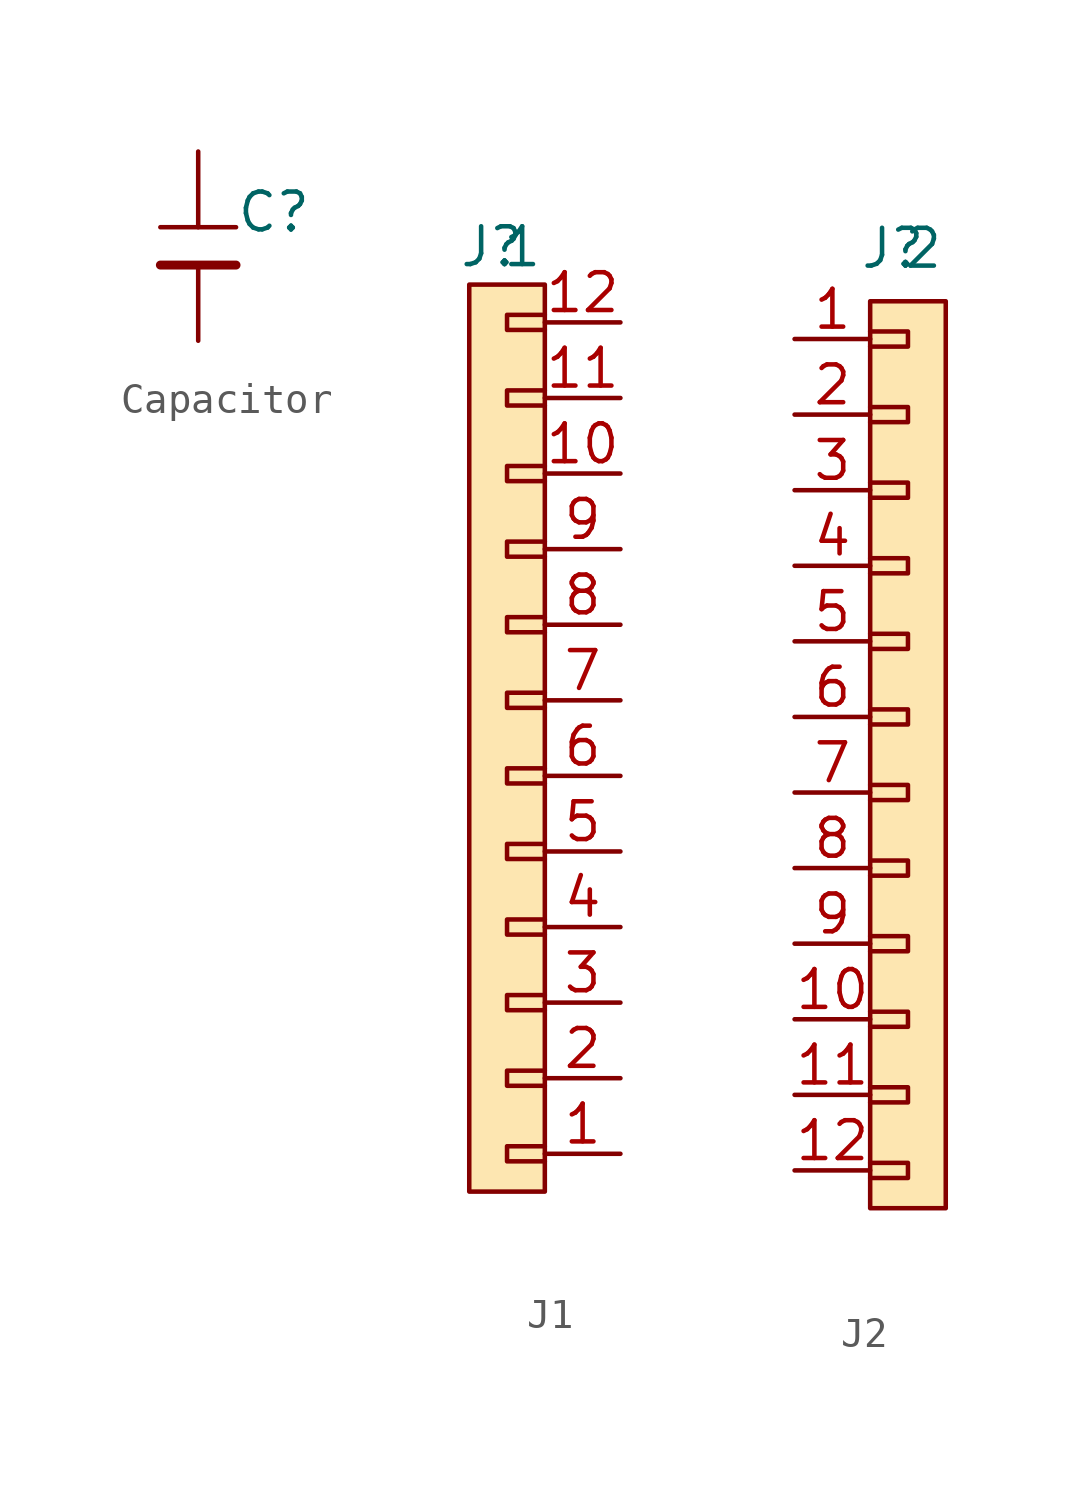
<source format=kicad_sym>
(kicad_symbol_lib
  (version 20241209)
  (generator "kicad_symbol_editor")
  (generator_version "9.0")
  (symbol "Capacitor"
    (pin_numbers
      (hide yes))
    (property "Reference" "C"
      (at 2.54 1.778 0)
      (effects (font (size 1.27 1.27))))
    (property "Value" ""
      (at 0 0 0)
      (effects (font (size 1.27 1.27))))
    (symbol "Capacitor_0_1"
      (polyline (pts (xy -1.27 1.27) (xy 1.27 1.27)) (stroke (width 0) (type default)) (fill (type none)))
      (polyline (pts (xy -1.27 0) (xy 1.27 0)) (stroke (width 0.3) (type default)) (fill (type none))))
    (symbol "Capacitor_1_1"
      (pin passive line (at 0 3.81 270) (length 2.54) (name "" (effects (font (size 1.27 1.27)))) (number "1" (effects (font (size 1.27 1.27)))))
      (pin passive line (at 0 -2.54 90) (length 2.54) (name "" (effects (font (size 1.27 1.27)))) (number "2" (effects (font (size 1.27 1.27)))))))
  (symbol "J1"
    (property "Reference" "J"
      (at -0.508 16.51 0)
      (effects (font (size 1.27 1.27))))
    (property "Value" "1"
      (at 0.508 16.51 0)
      (effects (font (size 1.27 1.27))))
    (symbol "J1_1_1"
      (rectangle (start -1.27 15.24) (end 1.27 -15.24) (stroke (width 0) (type solid)) (fill (type color) (color 253 230 177 1)))
      (polyline (pts (xy 1.27 13.716) (xy 0 13.716) (xy 0 14.224) (xy 1.27 14.224)) (stroke (width 0) (type default)) (fill (type none)))
      (polyline (pts (xy 1.27 11.176) (xy 0 11.176) (xy 0 11.684) (xy 1.27 11.684)) (stroke (width 0) (type default)) (fill (type none)))
      (polyline (pts (xy 1.27 8.636) (xy 0 8.636) (xy 0 9.144) (xy 1.27 9.144)) (stroke (width 0) (type default)) (fill (type none)))
      (polyline (pts (xy 1.27 6.096) (xy 0 6.096) (xy 0 6.604) (xy 1.27 6.604)) (stroke (width 0) (type default)) (fill (type none)))
      (polyline (pts (xy 1.27 3.556) (xy 0 3.556) (xy 0 4.064) (xy 1.27 4.064)) (stroke (width 0) (type default)) (fill (type none)))
      (polyline (pts (xy 1.27 1.016) (xy 0 1.016) (xy 0 1.524) (xy 1.27 1.524)) (stroke (width 0) (type default)) (fill (type none)))
      (polyline (pts (xy 1.27 -1.524) (xy 0 -1.524) (xy 0 -1.016) (xy 1.27 -1.016)) (stroke (width 0) (type default)) (fill (type none)))
      (polyline (pts (xy 1.27 -4.064) (xy 0 -4.064) (xy 0 -3.556) (xy 1.27 -3.556)) (stroke (width 0) (type default)) (fill (type none)))
      (polyline (pts (xy 1.27 -6.604) (xy 0 -6.604) (xy 0 -6.096) (xy 1.27 -6.096)) (stroke (width 0) (type default)) (fill (type none)))
      (polyline (pts (xy 1.27 -9.144) (xy 0 -9.144) (xy 0 -8.636) (xy 1.27 -8.636)) (stroke (width 0) (type default)) (fill (type none)))
      (polyline (pts (xy 1.27 -11.684) (xy 0 -11.684) (xy 0 -11.176) (xy 1.27 -11.176)) (stroke (width 0) (type default)) (fill (type none)))
      (polyline (pts (xy 1.27 -14.224) (xy 0 -14.224) (xy 0 -13.716) (xy 1.27 -13.716)) (stroke (width 0) (type default)) (fill (type none)))
      (pin passive line (at 3.81 13.97 180) (length 2.54) (name "" (effects (font (size 1.27 1.27)))) (number "12" (effects (font (size 1.27 1.27)))))
      (pin passive line (at 3.81 11.43 180) (length 2.54) (name "" (effects (font (size 1.27 1.27)))) (number "11" (effects (font (size 1.27 1.27)))))
      (pin passive line (at 3.81 8.89 180) (length 2.54) (name "" (effects (font (size 1.27 1.27)))) (number "10" (effects (font (size 1.27 1.27)))))
      (pin passive line (at 3.81 6.35 180) (length 2.54) (name "" (effects (font (size 1.27 1.27)))) (number "9" (effects (font (size 1.27 1.27)))))
      (pin passive line (at 3.81 3.81 180) (length 2.54) (name "" (effects (font (size 1.27 1.27)))) (number "8" (effects (font (size 1.27 1.27)))))
      (pin passive line (at 3.81 1.27 180) (length 2.54) (name "" (effects (font (size 1.27 1.27)))) (number "7" (effects (font (size 1.27 1.27)))))
      (pin passive line (at 3.81 -1.27 180) (length 2.54) (name "" (effects (font (size 1.27 1.27)))) (number "6" (effects (font (size 1.27 1.27)))))
      (pin passive line (at 3.81 -3.81 180) (length 2.54) (name "" (effects (font (size 1.27 1.27)))) (number "5" (effects (font (size 1.27 1.27)))))
      (pin passive line (at 3.81 -6.35 180) (length 2.54) (name "" (effects (font (size 1.27 1.27)))) (number "4" (effects (font (size 1.27 1.27)))))
      (pin passive line (at 3.81 -8.89 180) (length 2.54) (name "" (effects (font (size 1.27 1.27)))) (number "3" (effects (font (size 1.27 1.27)))))
      (pin passive line (at 3.81 -11.43 180) (length 2.54) (name "" (effects (font (size 1.27 1.27)))) (number "2" (effects (font (size 1.27 1.27)))))
      (pin passive line (at 3.81 -13.97 180) (length 2.54) (name "" (effects (font (size 1.27 1.27)))) (number "1" (effects (font (size 1.27 1.27)))))))
  (symbol "J2"
    (property "Reference" "J"
      (at -0.508 17.018 0)
      (effects (font (size 1.27 1.27))))
    (property "Value" "2"
      (at 0.508 17.018 0)
      (effects (font (size 1.27 1.27))))
    (symbol "J2_1_1"
      (rectangle (start -1.27 15.24) (end 1.27 -15.24) (stroke (width 0) (type solid)) (fill (type color) (color 253 230 177 1)))
      (polyline (pts (xy -1.27 14.224) (xy 0 14.224) (xy 0 13.716) (xy -1.27 13.716)) (stroke (width 0) (type default)) (fill (type none)))
      (polyline (pts (xy -1.27 11.684) (xy 0 11.684) (xy 0 11.176) (xy -1.27 11.176)) (stroke (width 0) (type default)) (fill (type none)))
      (polyline (pts (xy -1.27 9.144) (xy 0 9.144) (xy 0 8.636) (xy -1.27 8.636)) (stroke (width 0) (type default)) (fill (type none)))
      (polyline (pts (xy -1.27 6.604) (xy 0 6.604) (xy 0 6.096) (xy -1.27 6.096)) (stroke (width 0) (type default)) (fill (type none)))
      (polyline (pts (xy -1.27 4.064) (xy 0 4.064) (xy 0 3.556) (xy -1.27 3.556)) (stroke (width 0) (type default)) (fill (type none)))
      (polyline (pts (xy -1.27 1.524) (xy 0 1.524) (xy 0 1.016) (xy -1.27 1.016)) (stroke (width 0) (type default)) (fill (type none)))
      (polyline (pts (xy -1.27 -1.016) (xy 0 -1.016) (xy 0 -1.524) (xy -1.27 -1.524)) (stroke (width 0) (type default)) (fill (type none)))
      (polyline (pts (xy -1.27 -3.556) (xy 0 -3.556) (xy 0 -4.064) (xy -1.27 -4.064)) (stroke (width 0) (type default)) (fill (type none)))
      (polyline (pts (xy -1.27 -6.096) (xy 0 -6.096) (xy 0 -6.604) (xy -1.27 -6.604)) (stroke (width 0) (type default)) (fill (type none)))
      (polyline (pts (xy -1.27 -8.636) (xy 0 -8.636) (xy 0 -9.144) (xy -1.27 -9.144)) (stroke (width 0) (type default)) (fill (type none)))
      (polyline (pts (xy -1.27 -11.176) (xy 0 -11.176) (xy 0 -11.684) (xy -1.27 -11.684)) (stroke (width 0) (type default)) (fill (type none)))
      (polyline (pts (xy -1.27 -13.716) (xy 0 -13.716) (xy 0 -14.224) (xy -1.27 -14.224)) (stroke (width 0) (type default)) (fill (type none)))
      (pin passive line (at -3.81 13.97 0) (length 2.54) (name "" (effects (font (size 1.27 1.27)))) (number "1" (effects (font (size 1.27 1.27)))))
      (pin passive line (at -3.81 11.43 0) (length 2.54) (name "" (effects (font (size 1.27 1.27)))) (number "2" (effects (font (size 1.27 1.27)))))
      (pin passive line (at -3.81 8.89 0) (length 2.54) (name "" (effects (font (size 1.27 1.27)))) (number "3" (effects (font (size 1.27 1.27)))))
      (pin passive line (at -3.81 6.35 0) (length 2.54) (name "" (effects (font (size 1.27 1.27)))) (number "4" (effects (font (size 1.27 1.27)))))
      (pin passive line (at -3.81 3.81 0) (length 2.54) (name "" (effects (font (size 1.27 1.27)))) (number "5" (effects (font (size 1.27 1.27)))))
      (pin passive line (at -3.81 1.27 0) (length 2.54) (name "" (effects (font (size 1.27 1.27)))) (number "6" (effects (font (size 1.27 1.27)))))
      (pin passive line (at -3.81 -1.27 0) (length 2.54) (name "" (effects (font (size 1.27 1.27)))) (number "7" (effects (font (size 1.27 1.27)))))
      (pin passive line (at -3.81 -3.81 0) (length 2.54) (name "" (effects (font (size 1.27 1.27)))) (number "8" (effects (font (size 1.27 1.27)))))
      (pin passive line (at -3.81 -6.35 0) (length 2.54) (name "" (effects (font (size 1.27 1.27)))) (number "9" (effects (font (size 1.27 1.27)))))
      (pin passive line (at -3.81 -8.89 0) (length 2.54) (name "" (effects (font (size 1.27 1.27)))) (number "10" (effects (font (size 1.27 1.27)))))
      (pin passive line (at -3.81 -11.43 0) (length 2.54) (name "" (effects (font (size 1.27 1.27)))) (number "11" (effects (font (size 1.27 1.27)))))
      (pin passive line (at -3.81 -13.97 0) (length 2.54) (name "" (effects (font (size 1.27 1.27)))) (number "12" (effects (font (size 1.27 1.27))))))))
</source>
